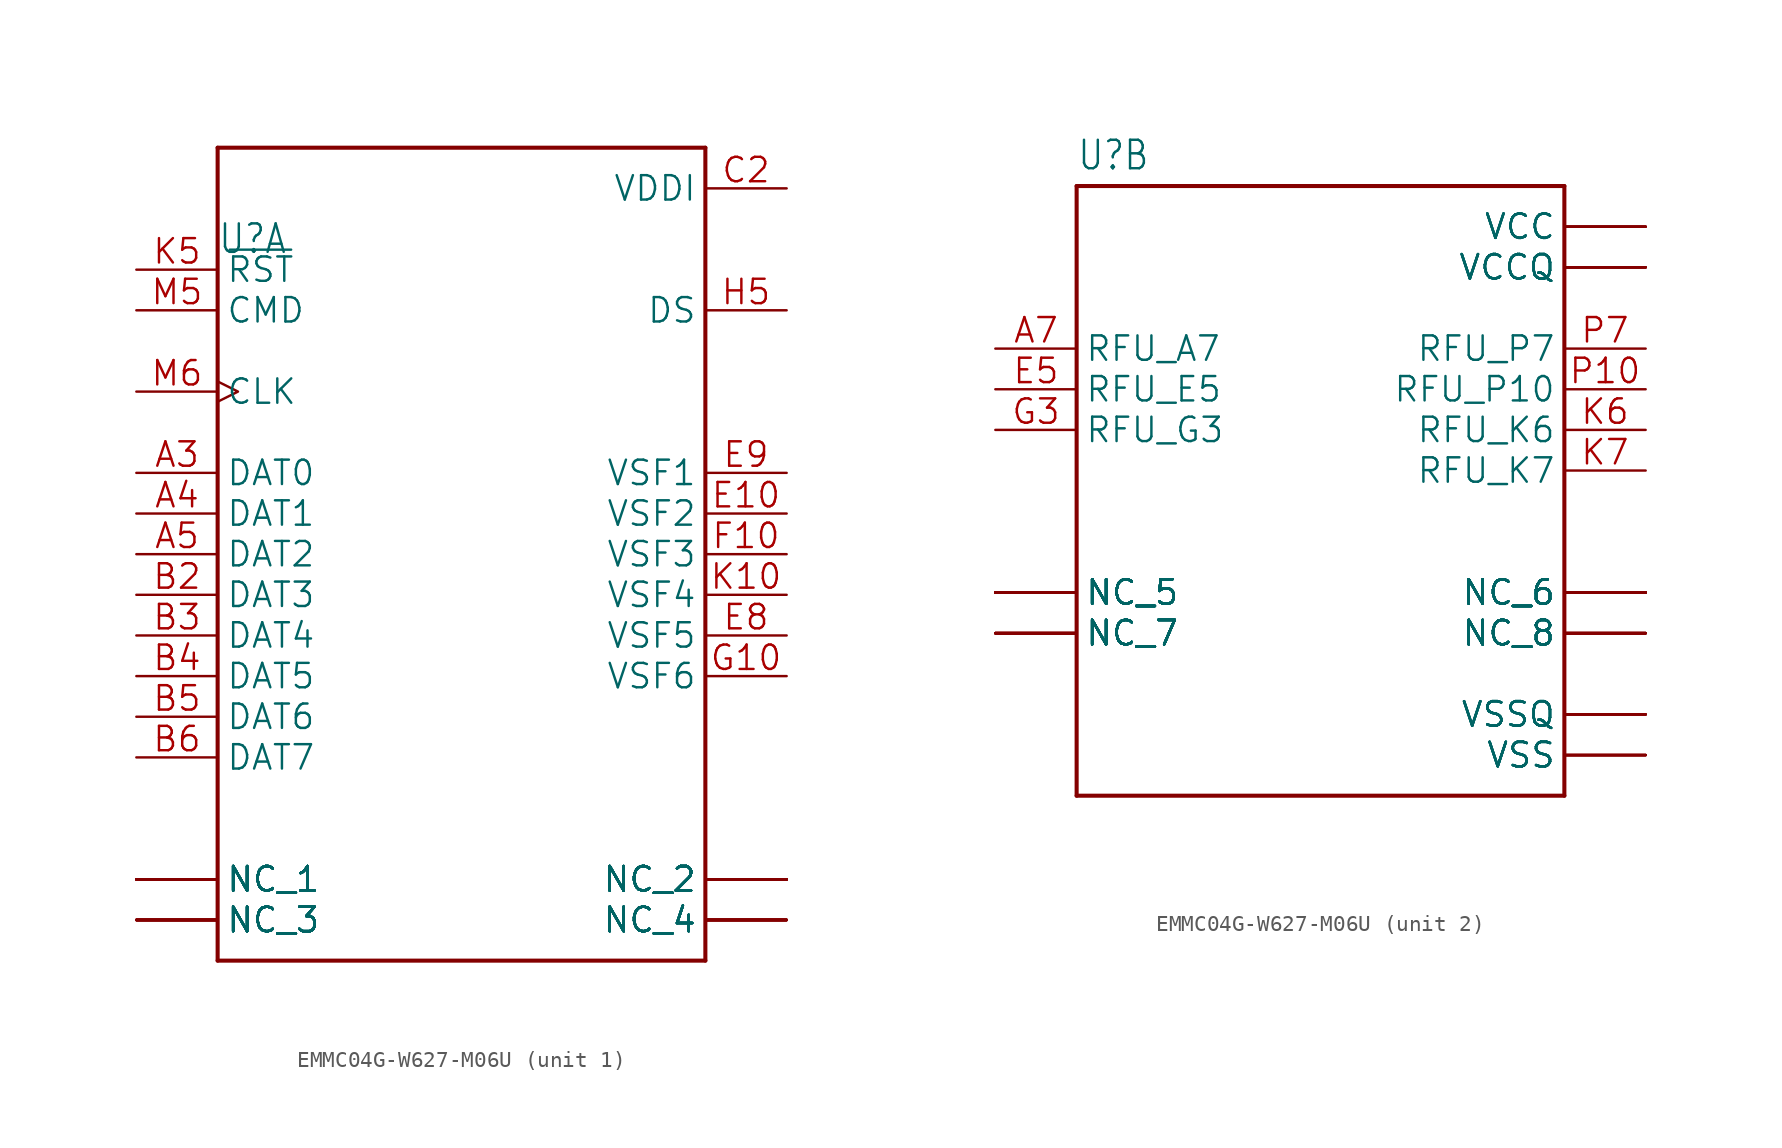
<source format=kicad_sym>
(kicad_symbol_lib
  (version 20241209)
  (generator "kicad_symbol_editor")
  (generator_version "9.0")
  (symbol "EMMC04G-W627-M06U"
    (property "Reference" "U"
      (at -15.24 18.669 0)
      (effects (font (size 1.778 1.511)) (justify left bottom)))
    (property "Value" ""
      (at -15.24 -22.86 0)
      (effects (font (size 1.778 1.511)) (justify left bottom)))
    (property "ki_locked" ""
      (at 0 0 0)
      (effects (font (size 1.27 1.27))))
    (symbol "EMMC04G-W627-M06U_1_0"
      (polyline (pts (xy -15.24 25.4) (xy 15.24 25.4)) (stroke (width 0.254) (type solid)) (fill (type none)))
      (polyline (pts (xy -15.24 -25.4) (xy -15.24 25.4)) (stroke (width 0.254) (type solid)) (fill (type none)))
      (polyline (pts (xy 15.24 25.4) (xy 15.24 -25.4)) (stroke (width 0.254) (type solid)) (fill (type none)))
      (polyline (pts (xy 15.24 -25.4) (xy -15.24 -25.4)) (stroke (width 0.254) (type solid)) (fill (type none)))
      (pin input line (at -20.32 17.78 0) (length 5.08) (name "~{RST}" (effects (font (size 1.524 1.524)))) (number "K5" (effects (font (size 1.524 1.524)))))
      (pin bidirectional line (at -20.32 15.24 0) (length 5.08) (name "CMD" (effects (font (size 1.524 1.524)))) (number "M5" (effects (font (size 1.524 1.524)))))
      (pin input clock (at -20.32 10.16 0) (length 5.08) (name "CLK" (effects (font (size 1.524 1.524)))) (number "M6" (effects (font (size 1.524 1.524)))))
      (pin bidirectional line (at -20.32 5.08 0) (length 5.08) (name "DAT0" (effects (font (size 1.524 1.524)))) (number "A3" (effects (font (size 1.524 1.524)))))
      (pin bidirectional line (at -20.32 2.54 0) (length 5.08) (name "DAT1" (effects (font (size 1.524 1.524)))) (number "A4" (effects (font (size 1.524 1.524)))))
      (pin bidirectional line (at -20.32 0 0) (length 5.08) (name "DAT2" (effects (font (size 1.524 1.524)))) (number "A5" (effects (font (size 1.524 1.524)))))
      (pin bidirectional line (at -20.32 -2.54 0) (length 5.08) (name "DAT3" (effects (font (size 1.524 1.524)))) (number "B2" (effects (font (size 1.524 1.524)))))
      (pin bidirectional line (at -20.32 -5.08 0) (length 5.08) (name "DAT4" (effects (font (size 1.524 1.524)))) (number "B3" (effects (font (size 1.524 1.524)))))
      (pin bidirectional line (at -20.32 -7.62 0) (length 5.08) (name "DAT5" (effects (font (size 1.524 1.524)))) (number "B4" (effects (font (size 1.524 1.524)))))
      (pin bidirectional line (at -20.32 -10.16 0) (length 5.08) (name "DAT6" (effects (font (size 1.524 1.524)))) (number "B5" (effects (font (size 1.524 1.524)))))
      (pin bidirectional line (at -20.32 -12.7 0) (length 5.08) (name "DAT7" (effects (font (size 1.524 1.524)))) (number "B6" (effects (font (size 1.524 1.524)))))
      (pin passive line (at -20.32 -20.32 0) (length 5.08) (name "NC_1" (effects (font (size 1.524 1.524)))) (number "A1" (effects (font (size 0 0)))))
      (pin passive line (at -20.32 -20.32 0) (length 5.08) (name "NC_1" (effects (font (size 1.524 1.524)))) (number "A10" (effects (font (size 0 0)))))
      (pin passive line (at -20.32 -20.32 0) (length 5.08) (name "NC_1" (effects (font (size 1.524 1.524)))) (number "A11" (effects (font (size 0 0)))))
      (pin passive line (at -20.32 -20.32 0) (length 5.08) (name "NC_1" (effects (font (size 1.524 1.524)))) (number "A12" (effects (font (size 0 0)))))
      (pin passive line (at -20.32 -20.32 0) (length 5.08) (name "NC_1" (effects (font (size 1.524 1.524)))) (number "A13" (effects (font (size 0 0)))))
      (pin passive line (at -20.32 -20.32 0) (length 5.08) (name "NC_1" (effects (font (size 1.524 1.524)))) (number "A14" (effects (font (size 0 0)))))
      (pin passive line (at -20.32 -20.32 0) (length 5.08) (name "NC_1" (effects (font (size 1.524 1.524)))) (number "A2" (effects (font (size 0 0)))))
      (pin passive line (at -20.32 -20.32 0) (length 5.08) (name "NC_1" (effects (font (size 1.524 1.524)))) (number "A8" (effects (font (size 0 0)))))
      (pin passive line (at -20.32 -20.32 0) (length 5.08) (name "NC_1" (effects (font (size 1.524 1.524)))) (number "A9" (effects (font (size 0 0)))))
      (pin passive line (at -20.32 -20.32 0) (length 5.08) (name "NC_1" (effects (font (size 1.524 1.524)))) (number "B1" (effects (font (size 0 0)))))
      (pin passive line (at -20.32 -20.32 0) (length 5.08) (name "NC_1" (effects (font (size 1.524 1.524)))) (number "B10" (effects (font (size 0 0)))))
      (pin passive line (at -20.32 -20.32 0) (length 5.08) (name "NC_1" (effects (font (size 1.524 1.524)))) (number "B7" (effects (font (size 0 0)))))
      (pin passive line (at -20.32 -20.32 0) (length 5.08) (name "NC_1" (effects (font (size 1.524 1.524)))) (number "B8" (effects (font (size 0 0)))))
      (pin passive line (at -20.32 -20.32 0) (length 5.08) (name "NC_1" (effects (font (size 1.524 1.524)))) (number "B9" (effects (font (size 0 0)))))
      (pin passive line (at -20.32 -22.86 0) (length 5.08) (name "NC_3" (effects (font (size 1.524 1.524)))) (number "D1" (effects (font (size 0 0)))))
      (pin passive line (at -20.32 -22.86 0) (length 5.08) (name "NC_3" (effects (font (size 1.524 1.524)))) (number "D12" (effects (font (size 0 0)))))
      (pin passive line (at -20.32 -22.86 0) (length 5.08) (name "NC_3" (effects (font (size 1.524 1.524)))) (number "D13" (effects (font (size 0 0)))))
      (pin passive line (at -20.32 -22.86 0) (length 5.08) (name "NC_3" (effects (font (size 1.524 1.524)))) (number "D14" (effects (font (size 0 0)))))
      (pin passive line (at -20.32 -22.86 0) (length 5.08) (name "NC_3" (effects (font (size 1.524 1.524)))) (number "D2" (effects (font (size 0 0)))))
      (pin passive line (at -20.32 -22.86 0) (length 5.08) (name "NC_3" (effects (font (size 1.524 1.524)))) (number "D3" (effects (font (size 0 0)))))
      (pin passive line (at -20.32 -22.86 0) (length 5.08) (name "NC_3" (effects (font (size 1.524 1.524)))) (number "D4" (effects (font (size 0 0)))))
      (pin passive line (at -20.32 -22.86 0) (length 5.08) (name "NC_3" (effects (font (size 1.524 1.524)))) (number "E1" (effects (font (size 0 0)))))
      (pin passive line (at -20.32 -22.86 0) (length 5.08) (name "NC_3" (effects (font (size 1.524 1.524)))) (number "E12" (effects (font (size 0 0)))))
      (pin passive line (at -20.32 -22.86 0) (length 5.08) (name "NC_3" (effects (font (size 1.524 1.524)))) (number "E13" (effects (font (size 0 0)))))
      (pin passive line (at -20.32 -22.86 0) (length 5.08) (name "NC_3" (effects (font (size 1.524 1.524)))) (number "E2" (effects (font (size 0 0)))))
      (pin passive line (at -20.32 -22.86 0) (length 5.08) (name "NC_3" (effects (font (size 1.524 1.524)))) (number "E3" (effects (font (size 0 0)))))
      (pin passive line (at 20.32 22.86 180) (length 5.08) (name "VDDI" (effects (font (size 1.524 1.524)))) (number "C2" (effects (font (size 1.524 1.524)))))
      (pin bidirectional line (at 20.32 15.24 180) (length 5.08) (name "DS" (effects (font (size 1.524 1.524)))) (number "H5" (effects (font (size 1.524 1.524)))))
      (pin bidirectional line (at 20.32 5.08 180) (length 5.08) (name "VSF1" (effects (font (size 1.524 1.524)))) (number "E9" (effects (font (size 1.524 1.524)))))
      (pin bidirectional line (at 20.32 2.54 180) (length 5.08) (name "VSF2" (effects (font (size 1.524 1.524)))) (number "E10" (effects (font (size 1.524 1.524)))))
      (pin bidirectional line (at 20.32 0 180) (length 5.08) (name "VSF3" (effects (font (size 1.524 1.524)))) (number "F10" (effects (font (size 1.524 1.524)))))
      (pin bidirectional line (at 20.32 -2.54 180) (length 5.08) (name "VSF4" (effects (font (size 1.524 1.524)))) (number "K10" (effects (font (size 1.524 1.524)))))
      (pin bidirectional line (at 20.32 -5.08 180) (length 5.08) (name "VSF5" (effects (font (size 1.524 1.524)))) (number "E8" (effects (font (size 1.524 1.524)))))
      (pin bidirectional line (at 20.32 -7.62 180) (length 5.08) (name "VSF6" (effects (font (size 1.524 1.524)))) (number "G10" (effects (font (size 1.524 1.524)))))
      (pin passive line (at 20.32 -20.32 180) (length 5.08) (name "NC_2" (effects (font (size 1.524 1.524)))) (number "B11" (effects (font (size 0 0)))))
      (pin passive line (at 20.32 -20.32 180) (length 5.08) (name "NC_2" (effects (font (size 1.524 1.524)))) (number "B12" (effects (font (size 0 0)))))
      (pin passive line (at 20.32 -20.32 180) (length 5.08) (name "NC_2" (effects (font (size 1.524 1.524)))) (number "B13" (effects (font (size 0 0)))))
      (pin passive line (at 20.32 -20.32 180) (length 5.08) (name "NC_2" (effects (font (size 1.524 1.524)))) (number "B14" (effects (font (size 0 0)))))
      (pin passive line (at 20.32 -20.32 180) (length 5.08) (name "NC_2" (effects (font (size 1.524 1.524)))) (number "C1" (effects (font (size 0 0)))))
      (pin passive line (at 20.32 -20.32 180) (length 5.08) (name "NC_2" (effects (font (size 1.524 1.524)))) (number "C10" (effects (font (size 0 0)))))
      (pin passive line (at 20.32 -20.32 180) (length 5.08) (name "NC_2" (effects (font (size 1.524 1.524)))) (number "C11" (effects (font (size 0 0)))))
      (pin passive line (at 20.32 -20.32 180) (length 5.08) (name "NC_2" (effects (font (size 1.524 1.524)))) (number "C12" (effects (font (size 0 0)))))
      (pin passive line (at 20.32 -20.32 180) (length 5.08) (name "NC_2" (effects (font (size 1.524 1.524)))) (number "C13" (effects (font (size 0 0)))))
      (pin passive line (at 20.32 -20.32 180) (length 5.08) (name "NC_2" (effects (font (size 1.524 1.524)))) (number "C14" (effects (font (size 0 0)))))
      (pin passive line (at 20.32 -20.32 180) (length 5.08) (name "NC_2" (effects (font (size 1.524 1.524)))) (number "C3" (effects (font (size 0 0)))))
      (pin passive line (at 20.32 -20.32 180) (length 5.08) (name "NC_2" (effects (font (size 1.524 1.524)))) (number "C5" (effects (font (size 0 0)))))
      (pin passive line (at 20.32 -20.32 180) (length 5.08) (name "NC_2" (effects (font (size 1.524 1.524)))) (number "C7" (effects (font (size 0 0)))))
      (pin passive line (at 20.32 -20.32 180) (length 5.08) (name "NC_2" (effects (font (size 1.524 1.524)))) (number "C8" (effects (font (size 0 0)))))
      (pin passive line (at 20.32 -20.32 180) (length 5.08) (name "NC_2" (effects (font (size 1.524 1.524)))) (number "C9" (effects (font (size 0 0)))))
      (pin passive line (at 20.32 -22.86 180) (length 5.08) (name "NC_4" (effects (font (size 1.524 1.524)))) (number "E14" (effects (font (size 0 0)))))
      (pin passive line (at 20.32 -22.86 180) (length 5.08) (name "NC_4" (effects (font (size 1.524 1.524)))) (number "F1" (effects (font (size 0 0)))))
      (pin passive line (at 20.32 -22.86 180) (length 5.08) (name "NC_4" (effects (font (size 1.524 1.524)))) (number "F12" (effects (font (size 0 0)))))
      (pin passive line (at 20.32 -22.86 180) (length 5.08) (name "NC_4" (effects (font (size 1.524 1.524)))) (number "F13" (effects (font (size 0 0)))))
      (pin passive line (at 20.32 -22.86 180) (length 5.08) (name "NC_4" (effects (font (size 1.524 1.524)))) (number "F14" (effects (font (size 0 0)))))
      (pin passive line (at 20.32 -22.86 180) (length 5.08) (name "NC_4" (effects (font (size 1.524 1.524)))) (number "F2" (effects (font (size 0 0)))))
      (pin passive line (at 20.32 -22.86 180) (length 5.08) (name "NC_4" (effects (font (size 1.524 1.524)))) (number "F3" (effects (font (size 0 0)))))
      (pin passive line (at 20.32 -22.86 180) (length 5.08) (name "NC_4" (effects (font (size 1.524 1.524)))) (number "G1" (effects (font (size 0 0)))))
      (pin passive line (at 20.32 -22.86 180) (length 5.08) (name "NC_4" (effects (font (size 1.524 1.524)))) (number "G12" (effects (font (size 0 0)))))
      (pin passive line (at 20.32 -22.86 180) (length 5.08) (name "NC_4" (effects (font (size 1.524 1.524)))) (number "G13" (effects (font (size 0 0)))))
      (pin passive line (at 20.32 -22.86 180) (length 5.08) (name "NC_4" (effects (font (size 1.524 1.524)))) (number "G14" (effects (font (size 0 0)))))
      (pin passive line (at 20.32 -22.86 180) (length 5.08) (name "NC_4" (effects (font (size 1.524 1.524)))) (number "G2" (effects (font (size 0 0))))))
    (symbol "EMMC04G-W627-M06U_2_0"
      (polyline (pts (xy -15.24 17.78) (xy 15.24 17.78)) (stroke (width 0.254) (type solid)) (fill (type none)))
      (polyline (pts (xy -15.24 -20.32) (xy -15.24 17.78)) (stroke (width 0.254) (type solid)) (fill (type none)))
      (polyline (pts (xy 15.24 17.78) (xy 15.24 -20.32)) (stroke (width 0.254) (type solid)) (fill (type none)))
      (polyline (pts (xy 15.24 -20.32) (xy -15.24 -20.32)) (stroke (width 0.254) (type solid)) (fill (type none)))
      (pin passive line (at -20.32 7.62 0) (length 5.08) (name "RFU_A7" (effects (font (size 1.524 1.524)))) (number "A7" (effects (font (size 1.524 1.524)))))
      (pin passive line (at -20.32 5.08 0) (length 5.08) (name "RFU_E5" (effects (font (size 1.524 1.524)))) (number "E5" (effects (font (size 1.524 1.524)))))
      (pin passive line (at -20.32 2.54 0) (length 5.08) (name "RFU_G3" (effects (font (size 1.524 1.524)))) (number "G3" (effects (font (size 1.524 1.524)))))
      (pin passive line (at -20.32 -7.62 0) (length 5.08) (name "NC_5" (effects (font (size 1.524 1.524)))) (number "H1" (effects (font (size 0 0)))))
      (pin passive line (at -20.32 -7.62 0) (length 5.08) (name "NC_5" (effects (font (size 1.524 1.524)))) (number "H12" (effects (font (size 0 0)))))
      (pin passive line (at -20.32 -7.62 0) (length 5.08) (name "NC_5" (effects (font (size 1.524 1.524)))) (number "H13" (effects (font (size 0 0)))))
      (pin passive line (at -20.32 -7.62 0) (length 5.08) (name "NC_5" (effects (font (size 1.524 1.524)))) (number "H14" (effects (font (size 0 0)))))
      (pin passive line (at -20.32 -7.62 0) (length 5.08) (name "NC_5" (effects (font (size 1.524 1.524)))) (number "H2" (effects (font (size 0 0)))))
      (pin passive line (at -20.32 -7.62 0) (length 5.08) (name "NC_5" (effects (font (size 1.524 1.524)))) (number "H3" (effects (font (size 0 0)))))
      (pin passive line (at -20.32 -7.62 0) (length 5.08) (name "NC_5" (effects (font (size 1.524 1.524)))) (number "J1" (effects (font (size 0 0)))))
      (pin passive line (at -20.32 -7.62 0) (length 5.08) (name "NC_5" (effects (font (size 1.524 1.524)))) (number "J12" (effects (font (size 0 0)))))
      (pin passive line (at -20.32 -7.62 0) (length 5.08) (name "NC_5" (effects (font (size 1.524 1.524)))) (number "J13" (effects (font (size 0 0)))))
      (pin passive line (at -20.32 -7.62 0) (length 5.08) (name "NC_5" (effects (font (size 1.524 1.524)))) (number "J14" (effects (font (size 0 0)))))
      (pin passive line (at -20.32 -7.62 0) (length 5.08) (name "NC_5" (effects (font (size 1.524 1.524)))) (number "J2" (effects (font (size 0 0)))))
      (pin passive line (at -20.32 -7.62 0) (length 5.08) (name "NC_5" (effects (font (size 1.524 1.524)))) (number "J3" (effects (font (size 0 0)))))
      (pin passive line (at -20.32 -7.62 0) (length 5.08) (name "NC_5" (effects (font (size 1.524 1.524)))) (number "K1" (effects (font (size 0 0)))))
      (pin passive line (at -20.32 -7.62 0) (length 5.08) (name "NC_5" (effects (font (size 1.524 1.524)))) (number "K2" (effects (font (size 0 0)))))
      (pin passive line (at -20.32 -7.62 0) (length 5.08) (name "NC_5" (effects (font (size 1.524 1.524)))) (number "K3" (effects (font (size 0 0)))))
      (pin passive line (at -20.32 -10.16 0) (length 5.08) (name "NC_7" (effects (font (size 1.524 1.524)))) (number "M10" (effects (font (size 0 0)))))
      (pin passive line (at -20.32 -10.16 0) (length 5.08) (name "NC_7" (effects (font (size 1.524 1.524)))) (number "M11" (effects (font (size 0 0)))))
      (pin passive line (at -20.32 -10.16 0) (length 5.08) (name "NC_7" (effects (font (size 1.524 1.524)))) (number "M12" (effects (font (size 0 0)))))
      (pin passive line (at -20.32 -10.16 0) (length 5.08) (name "NC_7" (effects (font (size 1.524 1.524)))) (number "M13" (effects (font (size 0 0)))))
      (pin passive line (at -20.32 -10.16 0) (length 5.08) (name "NC_7" (effects (font (size 1.524 1.524)))) (number "M14" (effects (font (size 0 0)))))
      (pin passive line (at -20.32 -10.16 0) (length 5.08) (name "NC_7" (effects (font (size 1.524 1.524)))) (number "M8" (effects (font (size 0 0)))))
      (pin passive line (at -20.32 -10.16 0) (length 5.08) (name "NC_7" (effects (font (size 1.524 1.524)))) (number "M9" (effects (font (size 0 0)))))
      (pin passive line (at -20.32 -10.16 0) (length 5.08) (name "NC_7" (effects (font (size 1.524 1.524)))) (number "N1" (effects (font (size 0 0)))))
      (pin passive line (at -20.32 -10.16 0) (length 5.08) (name "NC_7" (effects (font (size 1.524 1.524)))) (number "N10" (effects (font (size 0 0)))))
      (pin passive line (at -20.32 -10.16 0) (length 5.08) (name "NC_7" (effects (font (size 1.524 1.524)))) (number "N3" (effects (font (size 0 0)))))
      (pin passive line (at -20.32 -10.16 0) (length 5.08) (name "NC_7" (effects (font (size 1.524 1.524)))) (number "N6" (effects (font (size 0 0)))))
      (pin passive line (at -20.32 -10.16 0) (length 5.08) (name "NC_7" (effects (font (size 1.524 1.524)))) (number "N7" (effects (font (size 0 0)))))
      (pin passive line (at -20.32 -10.16 0) (length 5.08) (name "NC_7" (effects (font (size 1.524 1.524)))) (number "N8" (effects (font (size 0 0)))))
      (pin passive line (at -20.32 -10.16 0) (length 5.08) (name "NC_7" (effects (font (size 1.524 1.524)))) (number "N9" (effects (font (size 0 0)))))
      (pin power_in line (at 20.32 15.24 180) (length 5.08) (name "VCC" (effects (font (size 1.524 1.524)))) (number "E6" (effects (font (size 0 0)))))
      (pin power_in line (at 20.32 15.24 180) (length 5.08) (name "VCC" (effects (font (size 1.524 1.524)))) (number "F5" (effects (font (size 0 0)))))
      (pin power_in line (at 20.32 15.24 180) (length 5.08) (name "VCC" (effects (font (size 1.524 1.524)))) (number "J10" (effects (font (size 0 0)))))
      (pin power_in line (at 20.32 15.24 180) (length 5.08) (name "VCC" (effects (font (size 1.524 1.524)))) (number "K9" (effects (font (size 0 0)))))
      (pin power_in line (at 20.32 12.7 180) (length 5.08) (name "VCCQ" (effects (font (size 1.524 1.524)))) (number "C6" (effects (font (size 0 0)))))
      (pin power_in line (at 20.32 12.7 180) (length 5.08) (name "VCCQ" (effects (font (size 1.524 1.524)))) (number "M4" (effects (font (size 0 0)))))
      (pin power_in line (at 20.32 12.7 180) (length 5.08) (name "VCCQ" (effects (font (size 1.524 1.524)))) (number "N4" (effects (font (size 0 0)))))
      (pin power_in line (at 20.32 12.7 180) (length 5.08) (name "VCCQ" (effects (font (size 1.524 1.524)))) (number "P3" (effects (font (size 0 0)))))
      (pin power_in line (at 20.32 12.7 180) (length 5.08) (name "VCCQ" (effects (font (size 1.524 1.524)))) (number "P5" (effects (font (size 0 0)))))
      (pin passive line (at 20.32 7.62 180) (length 5.08) (name "RFU_P7" (effects (font (size 1.524 1.524)))) (number "P7" (effects (font (size 1.524 1.524)))))
      (pin passive line (at 20.32 5.08 180) (length 5.08) (name "RFU_P10" (effects (font (size 1.524 1.524)))) (number "P10" (effects (font (size 1.524 1.524)))))
      (pin passive line (at 20.32 2.54 180) (length 5.08) (name "RFU_K6" (effects (font (size 1.524 1.524)))) (number "K6" (effects (font (size 1.524 1.524)))))
      (pin passive line (at 20.32 0 180) (length 5.08) (name "RFU_K7" (effects (font (size 1.524 1.524)))) (number "K7" (effects (font (size 1.524 1.524)))))
      (pin passive line (at 20.32 -7.62 180) (length 5.08) (name "NC_6" (effects (font (size 1.524 1.524)))) (number "K12" (effects (font (size 0 0)))))
      (pin passive line (at 20.32 -7.62 180) (length 5.08) (name "NC_6" (effects (font (size 1.524 1.524)))) (number "K13" (effects (font (size 0 0)))))
      (pin passive line (at 20.32 -7.62 180) (length 5.08) (name "NC_6" (effects (font (size 1.524 1.524)))) (number "K14" (effects (font (size 0 0)))))
      (pin passive line (at 20.32 -7.62 180) (length 5.08) (name "NC_6" (effects (font (size 1.524 1.524)))) (number "L1" (effects (font (size 0 0)))))
      (pin passive line (at 20.32 -7.62 180) (length 5.08) (name "NC_6" (effects (font (size 1.524 1.524)))) (number "L12" (effects (font (size 0 0)))))
      (pin passive line (at 20.32 -7.62 180) (length 5.08) (name "NC_6" (effects (font (size 1.524 1.524)))) (number "L13" (effects (font (size 0 0)))))
      (pin passive line (at 20.32 -7.62 180) (length 5.08) (name "NC_6" (effects (font (size 1.524 1.524)))) (number "L14" (effects (font (size 0 0)))))
      (pin passive line (at 20.32 -7.62 180) (length 5.08) (name "NC_6" (effects (font (size 1.524 1.524)))) (number "L2" (effects (font (size 0 0)))))
      (pin passive line (at 20.32 -7.62 180) (length 5.08) (name "NC_6" (effects (font (size 1.524 1.524)))) (number "L3" (effects (font (size 0 0)))))
      (pin passive line (at 20.32 -7.62 180) (length 5.08) (name "NC_6" (effects (font (size 1.524 1.524)))) (number "M1" (effects (font (size 0 0)))))
      (pin passive line (at 20.32 -7.62 180) (length 5.08) (name "NC_6" (effects (font (size 1.524 1.524)))) (number "M2" (effects (font (size 0 0)))))
      (pin passive line (at 20.32 -7.62 180) (length 5.08) (name "NC_6" (effects (font (size 1.524 1.524)))) (number "M3" (effects (font (size 0 0)))))
      (pin passive line (at 20.32 -7.62 180) (length 5.08) (name "NC_6" (effects (font (size 1.524 1.524)))) (number "M7" (effects (font (size 0 0)))))
      (pin passive line (at 20.32 -10.16 180) (length 5.08) (name "NC_8" (effects (font (size 1.524 1.524)))) (number "N11" (effects (font (size 0 0)))))
      (pin passive line (at 20.32 -10.16 180) (length 5.08) (name "NC_8" (effects (font (size 1.524 1.524)))) (number "N12" (effects (font (size 0 0)))))
      (pin passive line (at 20.32 -10.16 180) (length 5.08) (name "NC_8" (effects (font (size 1.524 1.524)))) (number "N13" (effects (font (size 0 0)))))
      (pin passive line (at 20.32 -10.16 180) (length 5.08) (name "NC_8" (effects (font (size 1.524 1.524)))) (number "N14" (effects (font (size 0 0)))))
      (pin passive line (at 20.32 -10.16 180) (length 5.08) (name "NC_8" (effects (font (size 1.524 1.524)))) (number "P1" (effects (font (size 0 0)))))
      (pin passive line (at 20.32 -10.16 180) (length 5.08) (name "NC_8" (effects (font (size 1.524 1.524)))) (number "P11" (effects (font (size 0 0)))))
      (pin passive line (at 20.32 -10.16 180) (length 5.08) (name "NC_8" (effects (font (size 1.524 1.524)))) (number "P12" (effects (font (size 0 0)))))
      (pin passive line (at 20.32 -10.16 180) (length 5.08) (name "NC_8" (effects (font (size 1.524 1.524)))) (number "P13" (effects (font (size 0 0)))))
      (pin passive line (at 20.32 -10.16 180) (length 5.08) (name "NC_8" (effects (font (size 1.524 1.524)))) (number "P14" (effects (font (size 0 0)))))
      (pin passive line (at 20.32 -10.16 180) (length 5.08) (name "NC_8" (effects (font (size 1.524 1.524)))) (number "P2" (effects (font (size 0 0)))))
      (pin passive line (at 20.32 -10.16 180) (length 5.08) (name "NC_8" (effects (font (size 1.524 1.524)))) (number "P8" (effects (font (size 0 0)))))
      (pin passive line (at 20.32 -10.16 180) (length 5.08) (name "NC_8" (effects (font (size 1.524 1.524)))) (number "P9" (effects (font (size 0 0)))))
      (pin power_in line (at 20.32 -15.24 180) (length 5.08) (name "VSSQ" (effects (font (size 1.524 1.524)))) (number "C4" (effects (font (size 0 0)))))
      (pin power_in line (at 20.32 -15.24 180) (length 5.08) (name "VSSQ" (effects (font (size 1.524 1.524)))) (number "N2" (effects (font (size 0 0)))))
      (pin power_in line (at 20.32 -15.24 180) (length 5.08) (name "VSSQ" (effects (font (size 1.524 1.524)))) (number "N5" (effects (font (size 0 0)))))
      (pin power_in line (at 20.32 -15.24 180) (length 5.08) (name "VSSQ" (effects (font (size 1.524 1.524)))) (number "P4" (effects (font (size 0 0)))))
      (pin power_in line (at 20.32 -15.24 180) (length 5.08) (name "VSSQ" (effects (font (size 1.524 1.524)))) (number "P6" (effects (font (size 0 0)))))
      (pin power_in line (at 20.32 -17.78 180) (length 5.08) (name "VSS" (effects (font (size 1.524 1.524)))) (number "A6" (effects (font (size 0 0)))))
      (pin power_in line (at 20.32 -17.78 180) (length 5.08) (name "VSS" (effects (font (size 1.524 1.524)))) (number "E7" (effects (font (size 0 0)))))
      (pin power_in line (at 20.32 -17.78 180) (length 5.08) (name "VSS" (effects (font (size 1.524 1.524)))) (number "G5" (effects (font (size 0 0)))))
      (pin power_in line (at 20.32 -17.78 180) (length 5.08) (name "VSS" (effects (font (size 1.524 1.524)))) (number "H10" (effects (font (size 0 0)))))
      (pin power_in line (at 20.32 -17.78 180) (length 5.08) (name "VSS" (effects (font (size 1.524 1.524)))) (number "J5" (effects (font (size 0 0)))))
      (pin power_in line (at 20.32 -17.78 180) (length 5.08) (name "VSS" (effects (font (size 1.524 1.524)))) (number "K8" (effects (font (size 0 0))))))))
</source>
